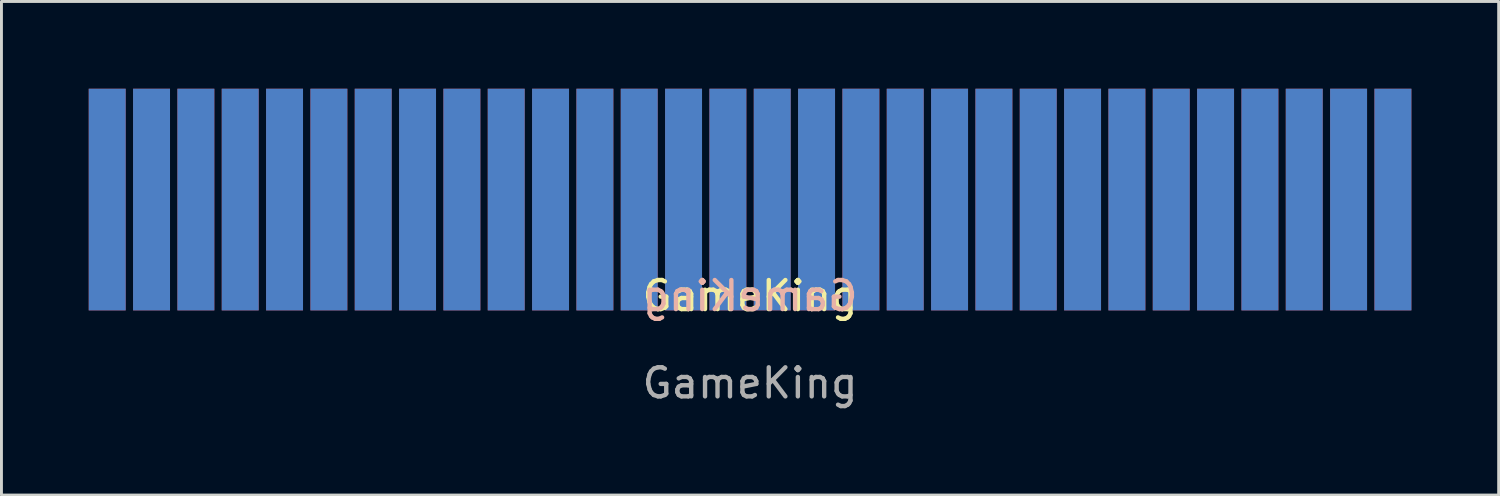
<source format=kicad_pcb>
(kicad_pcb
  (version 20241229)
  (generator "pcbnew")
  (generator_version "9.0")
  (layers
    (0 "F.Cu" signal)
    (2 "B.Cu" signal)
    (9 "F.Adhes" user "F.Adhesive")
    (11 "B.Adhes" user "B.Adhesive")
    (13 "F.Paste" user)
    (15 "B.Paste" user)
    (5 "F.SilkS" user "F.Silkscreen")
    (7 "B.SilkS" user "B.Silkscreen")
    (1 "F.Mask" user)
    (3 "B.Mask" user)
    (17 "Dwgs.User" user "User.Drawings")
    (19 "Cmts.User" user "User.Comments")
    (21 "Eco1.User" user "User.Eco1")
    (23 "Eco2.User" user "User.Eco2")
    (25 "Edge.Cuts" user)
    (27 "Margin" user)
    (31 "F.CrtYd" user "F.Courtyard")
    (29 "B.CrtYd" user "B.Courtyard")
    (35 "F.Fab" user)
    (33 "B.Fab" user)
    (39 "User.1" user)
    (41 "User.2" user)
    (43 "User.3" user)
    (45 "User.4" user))
  (footprint "GameKing"
    (layer "F.Cu")
    (at 22.733 7.62)
    (property "Reference" "GameKing" (at 0 -0.5 0) (unlocked yes) (layer "F.SilkS") (effects (font (size 1 1) (thickness 0.15))))
    (fp_text user "${REFERENCE}" (at 0 -0.5 0) (unlocked yes) (layer "B.SilkS") (effects (font (size 1 1) (thickness 0.15)) (justify mirror)))
    (fp_text user "${REFERENCE}" (at 0 2.5 0) (unlocked yes) (layer "F.Fab") (effects (font (size 1 1) (thickness 0.15))))
    (pad "1" connect rect (at 22.098 -3.81) (size 1.27 7.62) (layers "F.Cu" "F.Mask"))
    (pad "2" connect rect (at 20.574 -3.81) (size 1.27 7.62) (layers "F.Cu" "F.Mask"))
    (pad "3" connect rect (at 19.05 -3.81) (size 1.27 7.62) (layers "F.Cu" "F.Mask"))
    (pad "4" connect rect (at 17.526 -3.81) (size 1.27 7.62) (layers "F.Cu" "F.Mask"))
    (pad "5" connect rect (at 16.002 -3.81) (size 1.27 7.62) (layers "F.Cu" "F.Mask"))
    (pad "6" connect rect (at 14.478 -3.81) (size 1.27 7.62) (layers "F.Cu" "F.Mask"))
    (pad "7" connect rect (at 12.954 -3.81) (size 1.27 7.62) (layers "F.Cu" "F.Mask"))
    (pad "8" connect rect (at 11.43 -3.81) (size 1.27 7.62) (layers "F.Cu" "F.Mask"))
    (pad "9" connect rect (at 9.906 -3.81) (size 1.27 7.62) (layers "F.Cu" "F.Mask"))
    (pad "10" connect rect (at 8.382 -3.81) (size 1.27 7.62) (layers "F.Cu" "F.Mask"))
    (pad "11" connect rect (at 6.858 -3.81) (size 1.27 7.62) (layers "F.Cu" "F.Mask"))
    (pad "12" connect rect (at 5.334 -3.81) (size 1.27 7.62) (layers "F.Cu" "F.Mask"))
    (pad "13" connect rect (at 3.81 -3.81) (size 1.27 7.62) (layers "F.Cu" "F.Mask"))
    (pad "14" connect rect (at 2.286 -3.81) (size 1.27 7.62) (layers "F.Cu" "F.Mask"))
    (pad "15" connect rect (at 0.762 -3.81) (size 1.27 7.62) (layers "F.Cu" "F.Mask"))
    (pad "16" connect rect (at -0.762 -3.81) (size 1.27 7.62) (layers "F.Cu" "F.Mask"))
    (pad "17" connect rect (at -2.286 -3.81) (size 1.27 7.62) (layers "F.Cu" "F.Mask"))
    (pad "18" connect rect (at -3.81 -3.81) (size 1.27 7.62) (layers "F.Cu" "F.Mask"))
    (pad "19" connect rect (at -5.334 -3.81) (size 1.27 7.62) (layers "F.Cu" "F.Mask"))
    (pad "20" connect rect (at -6.858 -3.81) (size 1.27 7.62) (layers "F.Cu" "F.Mask"))
    (pad "21" connect rect (at -8.382 -3.81) (size 1.27 7.62) (layers "F.Cu" "F.Mask"))
    (pad "22" connect rect (at -9.906 -3.81) (size 1.27 7.62) (layers "F.Cu" "F.Mask"))
    (pad "23" connect rect (at -11.43 -3.81) (size 1.27 7.62) (layers "F.Cu" "F.Mask"))
    (pad "24" connect rect (at -12.954 -3.81) (size 1.27 7.62) (layers "F.Cu" "F.Mask"))
    (pad "25" connect rect (at -14.478 -3.81) (size 1.27 7.62) (layers "F.Cu" "F.Mask"))
    (pad "26" connect rect (at -16.002 -3.81) (size 1.27 7.62) (layers "F.Cu" "F.Mask"))
    (pad "27" connect rect (at -17.526 -3.81) (size 1.27 7.62) (layers "F.Cu" "F.Mask"))
    (pad "28" connect rect (at -19.05 -3.81) (size 1.27 7.62) (layers "F.Cu" "F.Mask"))
    (pad "29" connect rect (at -20.574 -3.81) (size 1.27 7.62) (layers "F.Cu" "F.Mask"))
    (pad "30" connect rect (at -22.098 -3.81) (size 1.27 7.62) (layers "F.Cu" "F.Mask"))
    (pad "31" connect rect (at 22.098 -3.81) (size 1.27 7.62) (layers "B.Cu" "B.Mask"))
    (pad "32" connect rect (at 20.574 -3.81) (size 1.27 7.62) (layers "B.Cu" "B.Mask"))
    (pad "33" connect rect (at 19.05 -3.81) (size 1.27 7.62) (layers "B.Cu" "B.Mask"))
    (pad "34" connect rect (at 17.526 -3.81) (size 1.27 7.62) (layers "B.Cu" "B.Mask"))
    (pad "35" connect rect (at 16.002 -3.81) (size 1.27 7.62) (layers "B.Cu" "B.Mask"))
    (pad "36" connect rect (at 14.478 -3.81) (size 1.27 7.62) (layers "B.Cu" "B.Mask"))
    (pad "37" connect rect (at 12.954 -3.81) (size 1.27 7.62) (layers "B.Cu" "B.Mask"))
    (pad "38" connect rect (at 11.43 -3.81) (size 1.27 7.62) (layers "B.Cu" "B.Mask"))
    (pad "39" connect rect (at 9.906 -3.81) (size 1.27 7.62) (layers "B.Cu" "B.Mask"))
    (pad "40" connect rect (at 8.382 -3.81) (size 1.27 7.62) (layers "B.Cu" "B.Mask"))
    (pad "41" connect rect (at 6.858 -3.81) (size 1.27 7.62) (layers "B.Cu" "B.Mask"))
    (pad "42" connect rect (at 5.334 -3.81) (size 1.27 7.62) (layers "B.Cu" "B.Mask"))
    (pad "43" connect rect (at 3.81 -3.81) (size 1.27 7.62) (layers "B.Cu" "B.Mask"))
    (pad "44" connect rect (at 2.286 -3.81) (size 1.27 7.62) (layers "B.Cu" "B.Mask"))
    (pad "45" connect rect (at 0.762 -3.81) (size 1.27 7.62) (layers "B.Cu" "B.Mask"))
    (pad "46" connect rect (at -0.762 -3.81) (size 1.27 7.62) (layers "B.Cu" "B.Mask"))
    (pad "47" connect rect (at -2.286 -3.81) (size 1.27 7.62) (layers "B.Cu" "B.Mask"))
    (pad "48" connect rect (at -3.81 -3.81) (size 1.27 7.62) (layers "B.Cu" "B.Mask"))
    (pad "49" connect rect (at -5.334 -3.81) (size 1.27 7.62) (layers "B.Cu" "B.Mask"))
    (pad "50" connect rect (at -6.858 -3.81) (size 1.27 7.62) (layers "B.Cu" "B.Mask"))
    (pad "51" connect rect (at -8.382 -3.81) (size 1.27 7.62) (layers "B.Cu" "B.Mask"))
    (pad "52" connect rect (at -9.906 -3.81) (size 1.27 7.62) (layers "B.Cu" "B.Mask"))
    (pad "53" connect rect (at -11.43 -3.81) (size 1.27 7.62) (layers "B.Cu" "B.Mask"))
    (pad "54" connect rect (at -12.954 -3.81) (size 1.27 7.62) (layers "B.Cu" "B.Mask"))
    (pad "55" connect rect (at -14.478 -3.81) (size 1.27 7.62) (layers "B.Cu" "B.Mask"))
    (pad "56" connect rect (at -16.002 -3.81) (size 1.27 7.62) (layers "B.Cu" "B.Mask"))
    (pad "57" connect rect (at -17.526 -3.81) (size 1.27 7.62) (layers "B.Cu" "B.Mask"))
    (pad "58" connect rect (at -19.05 -3.81) (size 1.27 7.62) (layers "B.Cu" "B.Mask"))
    (pad "59" connect rect (at -20.574 -3.81) (size 1.27 7.62) (layers "B.Cu" "B.Mask"))
    (pad "60" connect rect (at -22.098 -3.81) (size 1.27 7.62) (layers "B.Cu" "B.Mask")))
  (gr_rect
    (start -3 -3)
    (end 48.466 13.968)
    (stroke (width 0.1) (type default))
    (fill no)
    (layer "Edge.Cuts")))
</source>
